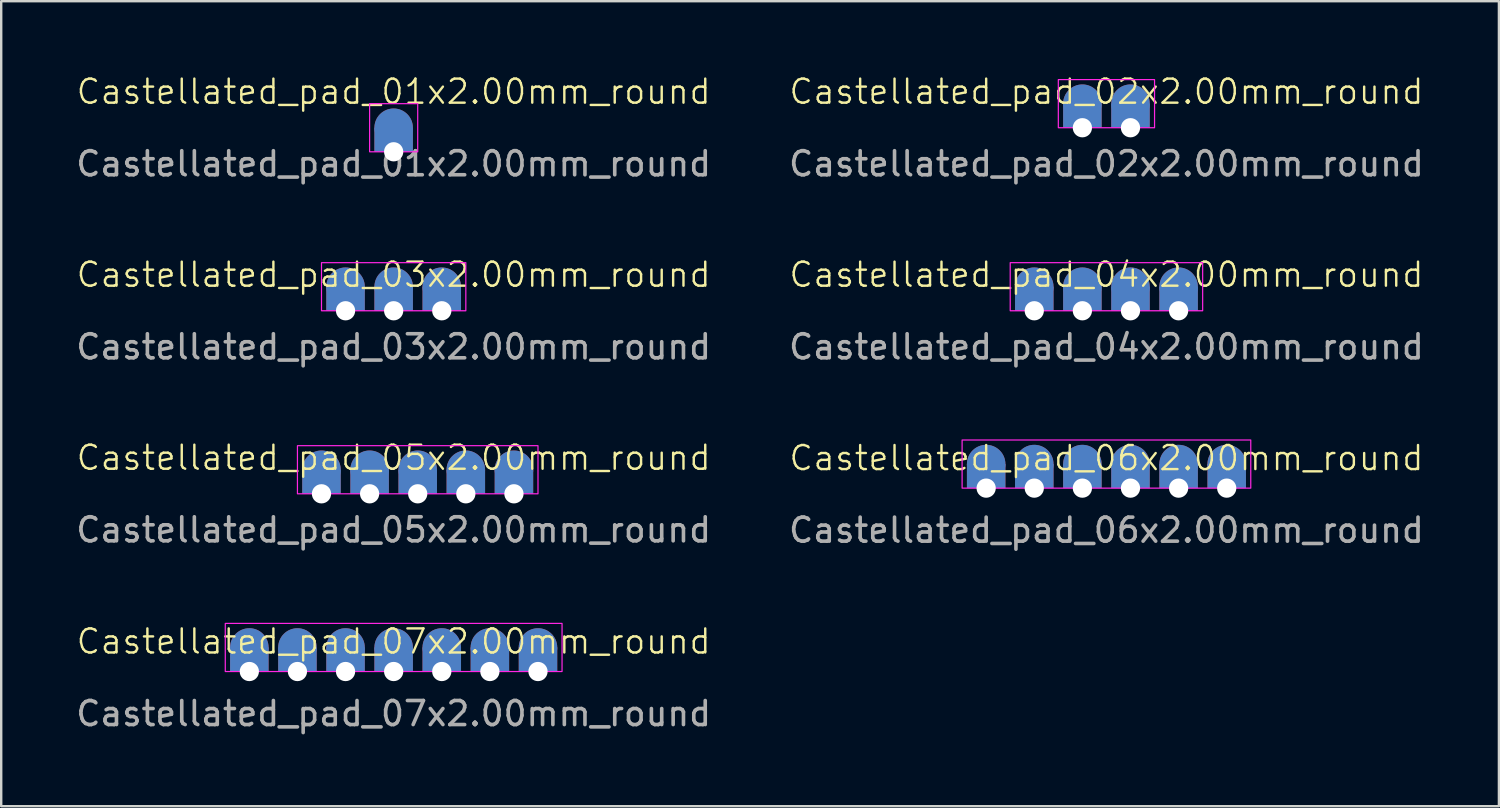
<source format=kicad_pcb>
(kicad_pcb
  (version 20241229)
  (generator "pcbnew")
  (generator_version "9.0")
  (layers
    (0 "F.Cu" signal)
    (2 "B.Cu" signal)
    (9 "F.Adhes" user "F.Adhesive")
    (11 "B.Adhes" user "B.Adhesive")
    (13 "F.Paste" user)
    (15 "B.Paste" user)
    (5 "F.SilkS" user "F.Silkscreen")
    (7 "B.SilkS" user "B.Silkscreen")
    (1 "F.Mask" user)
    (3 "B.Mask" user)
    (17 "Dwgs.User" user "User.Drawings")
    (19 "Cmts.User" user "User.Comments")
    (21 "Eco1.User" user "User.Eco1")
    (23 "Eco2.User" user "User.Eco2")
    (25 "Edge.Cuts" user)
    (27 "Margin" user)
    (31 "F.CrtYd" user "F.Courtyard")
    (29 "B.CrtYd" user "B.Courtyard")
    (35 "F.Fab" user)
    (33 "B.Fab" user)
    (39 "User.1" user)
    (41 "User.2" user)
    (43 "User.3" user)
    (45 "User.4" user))
  (footprint "Castellated_pad_04x2.00mm_round"
    (layer "F.Cu")
    (at 42.946 8.869)
    (property "Reference" "Castellated_pad_04x2.00mm_round" (at 0 -0.5 0) (unlocked yes) (layer "F.SilkS") (effects (font (size 1 1) (thickness 0.1))))
    (attr smd)
    (fp_rect (start -4 -1) (end 4 1) (stroke (width 0.05) (type solid)) (fill no) (layer "F.CrtYd"))
    (fp_text user "${REFERENCE}" (at 0 2.5 0) (unlocked yes) (layer "F.Fab") (effects (font (size 1 1) (thickness 0.15))))
    (pad "1" smd circle (at -3 0) (size 1.6 1.6) (layers "F.Cu" "F.Mask" "F.Paste"))
    (pad "1" smd circle (at -3 0) (size 1.6 1.6) (layers "B.Cu" "B.Mask" "B.Paste"))
    (pad "1" thru_hole rect (at -3 1) (size 1.6 1) (drill 0.8 (offset 0 -0.5)) (property pad_prop_castellated) (layers "*.Cu" "*.Mask"))
    (pad "2" smd circle (at -1 0) (size 1.6 1.6) (layers "F.Cu" "F.Mask" "F.Paste"))
    (pad "2" smd circle (at -1 0) (size 1.6 1.6) (layers "B.Cu" "B.Mask" "B.Paste"))
    (pad "2" thru_hole rect (at -1 1) (size 1.6 1) (drill 0.8 (offset 0 -0.5)) (property pad_prop_castellated) (layers "*.Cu" "*.Mask"))
    (pad "3" smd circle (at 1 0) (size 1.6 1.6) (layers "F.Cu" "F.Mask" "F.Paste"))
    (pad "3" smd circle (at 1 0) (size 1.6 1.6) (layers "B.Cu" "B.Mask" "B.Paste"))
    (pad "3" thru_hole rect (at 1 1) (size 1.6 1) (drill 0.8 (offset 0 -0.5)) (property pad_prop_castellated) (layers "*.Cu" "*.Mask"))
    (pad "4" smd circle (at 3 0) (size 1.6 1.6) (layers "F.Cu" "F.Mask" "F.Paste"))
    (pad "4" smd circle (at 3 0) (size 1.6 1.6) (layers "B.Cu" "B.Mask" "B.Paste"))
    (pad "4" thru_hole rect (at 3 1) (size 1.6 1) (drill 0.8 (offset 0 -0.5)) (property pad_prop_castellated) (layers "*.Cu" "*.Mask")))
  (footprint "Castellated_pad_03x2.00mm_round"
    (layer "F.Cu")
    (at 13.315 8.869)
    (property "Reference" "Castellated_pad_03x2.00mm_round" (at 0 -0.5 0) (unlocked yes) (layer "F.SilkS") (effects (font (size 1 1) (thickness 0.1))))
    (attr smd)
    (fp_rect (start -3 -1) (end 3 1) (stroke (width 0.05) (type solid)) (fill no) (layer "F.CrtYd"))
    (fp_text user "${REFERENCE}" (at 0 2.5 0) (unlocked yes) (layer "F.Fab") (effects (font (size 1 1) (thickness 0.15))))
    (pad "1" smd circle (at -2 0) (size 1.6 1.6) (layers "F.Cu" "F.Mask" "F.Paste"))
    (pad "1" smd circle (at -2 0) (size 1.6 1.6) (layers "B.Cu" "B.Mask" "B.Paste"))
    (pad "1" thru_hole rect (at -2 1) (size 1.6 1) (drill 0.8 (offset 0 -0.5)) (property pad_prop_castellated) (layers "*.Cu" "*.Mask"))
    (pad "2" smd circle (at 0 0) (size 1.6 1.6) (layers "F.Cu" "F.Mask" "F.Paste"))
    (pad "2" smd circle (at 0 0) (size 1.6 1.6) (layers "B.Cu" "B.Mask" "B.Paste"))
    (pad "2" thru_hole rect (at 0 1) (size 1.6 1) (drill 0.8 (offset 0 -0.5)) (property pad_prop_castellated) (layers "*.Cu" "*.Mask"))
    (pad "3" smd circle (at 2 0) (size 1.6 1.6) (layers "F.Cu" "F.Mask" "F.Paste"))
    (pad "3" smd circle (at 2 0) (size 1.6 1.6) (layers "B.Cu" "B.Mask" "B.Paste"))
    (pad "3" thru_hole rect (at 2 1) (size 1.6 1) (drill 0.8 (offset 0 -0.5)) (property pad_prop_castellated) (layers "*.Cu" "*.Mask")))
  (footprint "Castellated_pad_01x2.00mm_round"
    (layer "F.Cu")
    (at 13.315 2.26)
    (property "Reference" "Castellated_pad_01x2.00mm_round" (at 0 -1.5 0) (unlocked yes) (layer "F.SilkS") (effects (font (size 1 1) (thickness 0.1))))
    (attr smd)
    (fp_rect (start -1 -1) (end 1 1) (stroke (width 0.05) (type solid)) (fill no) (layer "F.CrtYd"))
    (fp_text user "${REFERENCE}" (at 0 1.5 0) (unlocked yes) (layer "F.Fab") (effects (font (size 1 1) (thickness 0.15))))
    (pad "1" smd circle (at 0 0) (size 1.6 1.6) (layers "F.Cu" "F.Mask" "F.Paste"))
    (pad "1" smd circle (at 0 0) (size 1.6 1.6) (layers "B.Cu" "B.Mask" "B.Paste"))
    (pad "1" thru_hole rect (at 0 1) (size 1.6 1) (drill 0.8 (offset 0 -0.5)) (property pad_prop_castellated) (layers "*.Cu" "*.Mask")))
  (footprint "Castellated_pad_05x2.00mm_round"
    (layer "F.Cu")
    (at 14.315 16.478)
    (property "Reference" "Castellated_pad_05x2.00mm_round" (at -1 -0.5 0) (unlocked yes) (layer "F.SilkS") (effects (font (size 1 1) (thickness 0.1))))
    (attr smd)
    (fp_rect (start -5 -1) (end 5 1) (stroke (width 0.05) (type solid)) (fill no) (layer "F.CrtYd"))
    (fp_text user "${REFERENCE}" (at -1 2.5 0) (unlocked yes) (layer "F.Fab") (effects (font (size 1 1) (thickness 0.15))))
    (pad "1" smd circle (at -4 0) (size 1.6 1.6) (layers "F.Cu" "F.Mask" "F.Paste"))
    (pad "1" smd circle (at -4 0) (size 1.6 1.6) (layers "B.Cu" "B.Mask" "B.Paste"))
    (pad "1" thru_hole rect (at -4 1) (size 1.6 1) (drill 0.8 (offset 0 -0.5)) (property pad_prop_castellated) (layers "*.Cu" "*.Mask"))
    (pad "2" smd circle (at -2 0) (size 1.6 1.6) (layers "F.Cu" "F.Mask" "F.Paste"))
    (pad "2" smd circle (at -2 0) (size 1.6 1.6) (layers "B.Cu" "B.Mask" "B.Paste"))
    (pad "2" thru_hole rect (at -2 1) (size 1.6 1) (drill 0.8 (offset 0 -0.5)) (property pad_prop_castellated) (layers "*.Cu" "*.Mask"))
    (pad "3" smd circle (at 0 0) (size 1.6 1.6) (layers "F.Cu" "F.Mask" "F.Paste"))
    (pad "3" smd circle (at 0 0) (size 1.6 1.6) (layers "B.Cu" "B.Mask" "B.Paste"))
    (pad "3" thru_hole rect (at 0 1) (size 1.6 1) (drill 0.8 (offset 0 -0.5)) (property pad_prop_castellated) (layers "*.Cu" "*.Mask"))
    (pad "4" smd circle (at 2 0) (size 1.6 1.6) (layers "F.Cu" "F.Mask" "F.Paste"))
    (pad "4" smd circle (at 2 0) (size 1.6 1.6) (layers "B.Cu" "B.Mask" "B.Paste"))
    (pad "4" thru_hole rect (at 2 1) (size 1.6 1) (drill 0.8 (offset 0 -0.5)) (property pad_prop_castellated) (layers "*.Cu" "*.Mask"))
    (pad "5" smd circle (at 4 0) (size 1.6 1.6) (layers "F.Cu" "F.Mask" "F.Paste"))
    (pad "5" smd circle (at 4 0) (size 1.6 1.6) (layers "B.Cu" "B.Mask" "B.Paste"))
    (pad "5" thru_hole rect (at 4 1) (size 1.6 1) (drill 0.8 (offset 0 -0.5)) (property pad_prop_castellated) (layers "*.Cu" "*.Mask")))
  (footprint "Castellated_pad_07x2.00mm_round"
    (layer "F.Cu")
    (at 13.315 23.866)
    (property "Reference" "Castellated_pad_07x2.00mm_round" (at 0 -0.25 0) (unlocked yes) (layer "F.SilkS") (effects (font (size 1 1) (thickness 0.1))))
    (attr smd)
    (fp_rect (start -7 -1) (end 7 1) (stroke (width 0.05) (type solid)) (fill no) (layer "F.CrtYd"))
    (fp_text user "${REFERENCE}" (at 0 2.75 0) (unlocked yes) (layer "F.Fab") (effects (font (size 1 1) (thickness 0.15))))
    (pad "1" smd circle (at -6 0) (size 1.6 1.6) (layers "F.Cu" "F.Mask" "F.Paste"))
    (pad "1" smd circle (at -6 0) (size 1.6 1.6) (layers "B.Cu" "B.Mask" "B.Paste"))
    (pad "1" thru_hole rect (at -6 1) (size 1.6 1) (drill 0.8 (offset 0 -0.5)) (property pad_prop_castellated) (layers "*.Cu" "*.Mask"))
    (pad "2" smd circle (at -4 0) (size 1.6 1.6) (layers "F.Cu" "F.Mask" "F.Paste"))
    (pad "2" smd circle (at -4 0) (size 1.6 1.6) (layers "B.Cu" "B.Mask" "B.Paste"))
    (pad "2" thru_hole rect (at -4 1) (size 1.6 1) (drill 0.8 (offset 0 -0.5)) (property pad_prop_castellated) (layers "*.Cu" "*.Mask"))
    (pad "3" smd circle (at -2 0) (size 1.6 1.6) (layers "F.Cu" "F.Mask" "F.Paste"))
    (pad "3" smd circle (at -2 0) (size 1.6 1.6) (layers "B.Cu" "B.Mask" "B.Paste"))
    (pad "3" thru_hole rect (at -2 1) (size 1.6 1) (drill 0.8 (offset 0 -0.5)) (property pad_prop_castellated) (layers "*.Cu" "*.Mask"))
    (pad "4" smd circle (at 0 0) (size 1.6 1.6) (layers "F.Cu" "F.Mask" "F.Paste"))
    (pad "4" smd circle (at 0 0) (size 1.6 1.6) (layers "B.Cu" "B.Mask" "B.Paste"))
    (pad "4" thru_hole rect (at 0 1) (size 1.6 1) (drill 0.8 (offset 0 -0.5)) (property pad_prop_castellated) (layers "*.Cu" "*.Mask"))
    (pad "5" smd circle (at 2 0) (size 1.6 1.6) (layers "F.Cu" "F.Mask" "F.Paste"))
    (pad "5" smd circle (at 2 0) (size 1.6 1.6) (layers "B.Cu" "B.Mask" "B.Paste"))
    (pad "5" thru_hole rect (at 2 1) (size 1.6 1) (drill 0.8 (offset 0 -0.5)) (property pad_prop_castellated) (layers "*.Cu" "*.Mask"))
    (pad "6" smd circle (at 4 0) (size 1.6 1.6) (layers "F.Cu" "F.Mask" "F.Paste"))
    (pad "6" smd circle (at 4 0) (size 1.6 1.6) (layers "B.Cu" "B.Mask" "B.Paste"))
    (pad "6" thru_hole rect (at 4 1) (size 1.6 1) (drill 0.8 (offset 0 -0.5)) (property pad_prop_castellated) (layers "*.Cu" "*.Mask"))
    (pad "7" smd circle (at 6 0) (size 1.6 1.6) (layers "F.Cu" "F.Mask" "F.Paste"))
    (pad "7" smd circle (at 6 0) (size 1.6 1.6) (layers "B.Cu" "B.Mask" "B.Paste"))
    (pad "7" thru_hole rect (at 6 1) (size 1.6 1) (drill 0.8 (offset 0 -0.5)) (property pad_prop_castellated) (layers "*.Cu" "*.Mask")))
  (footprint "Castellated_pad_02x2.00mm_round"
    (layer "F.Cu")
    (at 42.946 1.26)
    (property "Reference" "Castellated_pad_02x2.00mm_round" (at 0 -0.5 0) (unlocked yes) (layer "F.SilkS") (effects (font (size 1 1) (thickness 0.1))))
    (attr smd)
    (fp_rect (start -2 -1) (end 2 1) (stroke (width 0.05) (type solid)) (fill no) (layer "F.CrtYd"))
    (fp_text user "${REFERENCE}" (at 0 2.5 0) (unlocked yes) (layer "F.Fab") (effects (font (size 1 1) (thickness 0.15))))
    (pad "1" smd circle (at -1 0) (size 1.6 1.6) (layers "F.Cu" "F.Mask" "F.Paste"))
    (pad "1" smd circle (at -1 0) (size 1.6 1.6) (layers "B.Cu" "B.Mask" "B.Paste"))
    (pad "1" thru_hole rect (at -1 1) (size 1.6 1) (drill 0.8 (offset 0 -0.5)) (property pad_prop_castellated) (layers "*.Cu" "*.Mask"))
    (pad "2" smd circle (at 1 0) (size 1.6 1.6) (layers "F.Cu" "F.Mask" "F.Paste"))
    (pad "2" smd circle (at 1 0) (size 1.6 1.6) (layers "B.Cu" "B.Mask" "B.Paste"))
    (pad "2" thru_hole rect (at 1 1) (size 1.6 1) (drill 0.8 (offset 0 -0.5)) (property pad_prop_castellated) (layers "*.Cu" "*.Mask")))
  (footprint "Castellated_pad_06x2.00mm_round"
    (layer "F.Cu")
    (at 42.946 16.242)
    (property "Reference" "Castellated_pad_06x2.00mm_round" (at 0 -0.25 0) (unlocked yes) (layer "F.SilkS") (effects (font (size 1 1) (thickness 0.1))))
    (attr smd)
    (fp_rect (start -6 -1) (end 6 1) (stroke (width 0.05) (type solid)) (fill no) (layer "F.CrtYd"))
    (fp_text user "${REFERENCE}" (at 0 2.75 0) (unlocked yes) (layer "F.Fab") (effects (font (size 1 1) (thickness 0.15))))
    (pad "1" smd circle (at -5 0) (size 1.6 1.6) (layers "F.Cu" "F.Mask" "F.Paste"))
    (pad "1" smd circle (at -5 0) (size 1.6 1.6) (layers "B.Cu" "B.Mask" "B.Paste"))
    (pad "1" thru_hole rect (at -5 1) (size 1.6 1) (drill 0.8 (offset 0 -0.5)) (property pad_prop_castellated) (layers "*.Cu" "*.Mask"))
    (pad "2" smd circle (at -3 0) (size 1.6 1.6) (layers "F.Cu" "F.Mask" "F.Paste"))
    (pad "2" smd circle (at -3 0) (size 1.6 1.6) (layers "B.Cu" "B.Mask" "B.Paste"))
    (pad "2" thru_hole rect (at -3 1) (size 1.6 1) (drill 0.8 (offset 0 -0.5)) (property pad_prop_castellated) (layers "*.Cu" "*.Mask"))
    (pad "3" smd circle (at -1 0) (size 1.6 1.6) (layers "F.Cu" "F.Mask" "F.Paste"))
    (pad "3" smd circle (at -1 0) (size 1.6 1.6) (layers "B.Cu" "B.Mask" "B.Paste"))
    (pad "3" thru_hole rect (at -1 1) (size 1.6 1) (drill 0.8 (offset 0 -0.5)) (property pad_prop_castellated) (layers "*.Cu" "*.Mask"))
    (pad "4" smd circle (at 1 0) (size 1.6 1.6) (layers "F.Cu" "F.Mask" "F.Paste"))
    (pad "4" smd circle (at 1 0) (size 1.6 1.6) (layers "B.Cu" "B.Mask" "B.Paste"))
    (pad "4" thru_hole rect (at 1 1) (size 1.6 1) (drill 0.8 (offset 0 -0.5)) (property pad_prop_castellated) (layers "*.Cu" "*.Mask"))
    (pad "5" smd circle (at 3 0) (size 1.6 1.6) (layers "F.Cu" "F.Mask" "F.Paste"))
    (pad "5" smd circle (at 3 0) (size 1.6 1.6) (layers "B.Cu" "B.Mask" "B.Paste"))
    (pad "5" thru_hole rect (at 3 1) (size 1.6 1) (drill 0.8 (offset 0 -0.5)) (property pad_prop_castellated) (layers "*.Cu" "*.Mask"))
    (pad "6" smd circle (at 5 0) (size 1.6 1.6) (layers "F.Cu" "F.Mask" "F.Paste"))
    (pad "6" smd circle (at 5 0) (size 1.6 1.6) (layers "B.Cu" "B.Mask" "B.Paste"))
    (pad "6" thru_hole rect (at 5 1) (size 1.6 1) (drill 0.8 (offset 0 -0.5)) (property pad_prop_castellated) (layers "*.Cu" "*.Mask")))
  (gr_rect
    (start -3 -3)
    (end 59.262 30.464)
    (stroke (width 0.1) (type default))
    (fill no)
    (layer "Edge.Cuts")))
</source>
